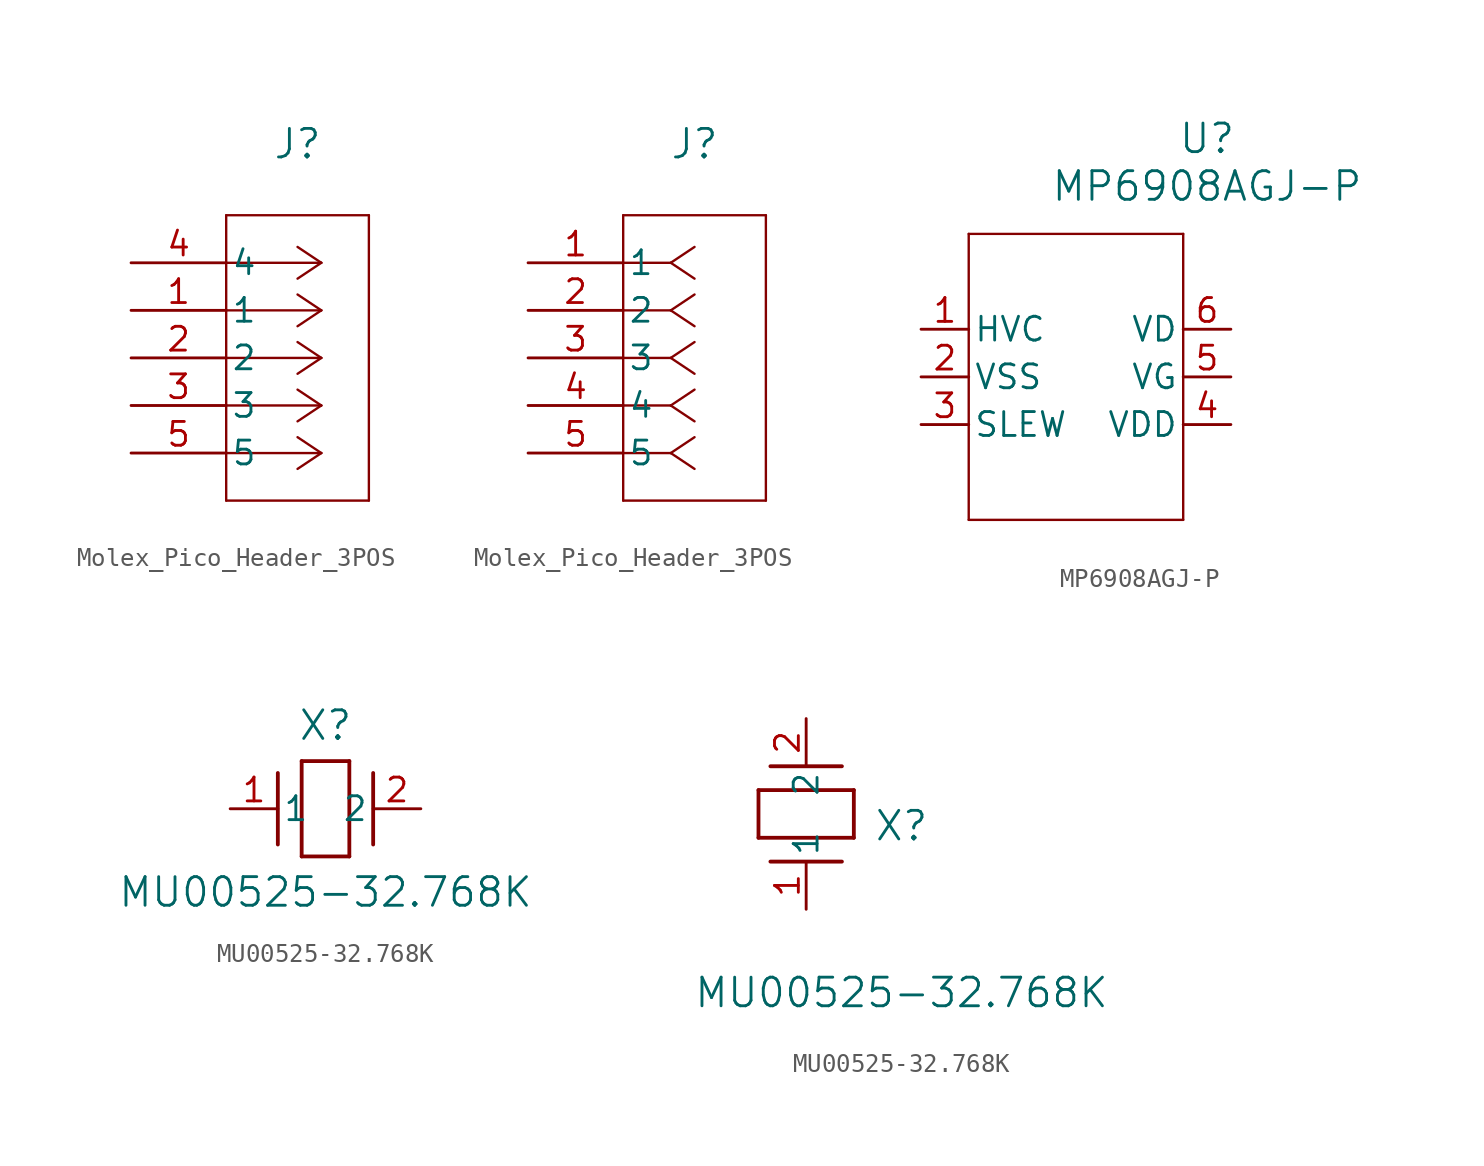
<source format=kicad_sym>
(kicad_symbol_lib
  (version 20220914)
  (generator kicad_symbol_editor)
  (symbol "Molex_Pico_Header_3POS"
    (pin_names
      (offset 0.254))
    (property "Reference" "J"
      (at 8.89 6.35 0)
      (effects (font (size 1.524 1.524))))
    (property "Value" ""
      (at -1.27 7.62 0)
      (effects (font (size 1.524 1.524))))
    (property "ki_locked" ""
      (at 0 0 0)
      (effects (font (size 1.27 1.27))))
    (symbol "Molex_Pico_Header_3POS_1_1"
      (polyline (pts (xy 5.08 -12.7) (xy 12.7 -12.7)) (stroke (width 0.127) (type default)) (fill (type none)))
      (polyline (pts (xy 5.08 2.54) (xy 5.08 -12.7)) (stroke (width 0.127) (type default)) (fill (type none)))
      (polyline (pts (xy 10.16 -10.16) (xy 5.08 -10.16)) (stroke (width 0.127) (type default)) (fill (type none)))
      (polyline (pts (xy 10.16 -10.16) (xy 8.89 -11.007)) (stroke (width 0.127) (type default)) (fill (type none)))
      (polyline (pts (xy 10.16 -10.16) (xy 8.89 -9.313)) (stroke (width 0.127) (type default)) (fill (type none)))
      (polyline (pts (xy 10.16 -7.62) (xy 5.08 -7.62)) (stroke (width 0.127) (type default)) (fill (type none)))
      (polyline (pts (xy 10.16 -7.62) (xy 8.89 -8.467)) (stroke (width 0.127) (type default)) (fill (type none)))
      (polyline (pts (xy 10.16 -7.62) (xy 8.89 -6.773)) (stroke (width 0.127) (type default)) (fill (type none)))
      (polyline (pts (xy 10.16 -5.08) (xy 5.08 -5.08)) (stroke (width 0.127) (type default)) (fill (type none)))
      (polyline (pts (xy 10.16 -5.08) (xy 8.89 -5.927)) (stroke (width 0.127) (type default)) (fill (type none)))
      (polyline (pts (xy 10.16 -5.08) (xy 8.89 -4.233)) (stroke (width 0.127) (type default)) (fill (type none)))
      (polyline (pts (xy 10.16 -2.54) (xy 5.08 -2.54)) (stroke (width 0.127) (type default)) (fill (type none)))
      (polyline (pts (xy 10.16 -2.54) (xy 8.89 -3.387)) (stroke (width 0.127) (type default)) (fill (type none)))
      (polyline (pts (xy 10.16 -2.54) (xy 8.89 -1.693)) (stroke (width 0.127) (type default)) (fill (type none)))
      (polyline (pts (xy 10.16 0) (xy 5.08 0)) (stroke (width 0.127) (type default)) (fill (type none)))
      (polyline (pts (xy 10.16 0) (xy 8.89 -0.847)) (stroke (width 0.127) (type default)) (fill (type none)))
      (polyline (pts (xy 10.16 0) (xy 8.89 0.847)) (stroke (width 0.127) (type default)) (fill (type none)))
      (polyline (pts (xy 12.7 -12.7) (xy 12.7 2.54)) (stroke (width 0.127) (type default)) (fill (type none)))
      (polyline (pts (xy 12.7 2.54) (xy 5.08 2.54)) (stroke (width 0.127) (type default)) (fill (type none)))
      (pin bidirectional line (at 0 -2.54 0) (length 5.08) (name "1" (effects (font (size 1.27 1.27)))) (number "1" (effects (font (size 1.27 1.27)))))
      (pin bidirectional line (at 0 -5.08 0) (length 5.08) (name "2" (effects (font (size 1.27 1.27)))) (number "2" (effects (font (size 1.27 1.27)))))
      (pin bidirectional line (at 0 -7.62 0) (length 5.08) (name "3" (effects (font (size 1.27 1.27)))) (number "3" (effects (font (size 1.27 1.27)))))
      (pin bidirectional line (at 0 0 0) (length 5.08) (name "4" (effects (font (size 1.27 1.27)))) (number "4" (effects (font (size 1.27 1.27)))))
      (pin bidirectional line (at 0 -10.16 0) (length 5.08) (name "5" (effects (font (size 1.27 1.27)))) (number "5" (effects (font (size 1.27 1.27))))))
    (symbol "Molex_Pico_Header_3POS_1_2"
      (polyline (pts (xy 5.08 -12.7) (xy 12.7 -12.7)) (stroke (width 0.127) (type default)) (fill (type none)))
      (polyline (pts (xy 5.08 2.54) (xy 5.08 -12.7)) (stroke (width 0.127) (type default)) (fill (type none)))
      (polyline (pts (xy 7.62 -10.16) (xy 5.08 -10.16)) (stroke (width 0.127) (type default)) (fill (type none)))
      (polyline (pts (xy 7.62 -10.16) (xy 8.89 -11.007)) (stroke (width 0.127) (type default)) (fill (type none)))
      (polyline (pts (xy 7.62 -10.16) (xy 8.89 -9.313)) (stroke (width 0.127) (type default)) (fill (type none)))
      (polyline (pts (xy 7.62 -7.62) (xy 5.08 -7.62)) (stroke (width 0.127) (type default)) (fill (type none)))
      (polyline (pts (xy 7.62 -7.62) (xy 8.89 -8.467)) (stroke (width 0.127) (type default)) (fill (type none)))
      (polyline (pts (xy 7.62 -7.62) (xy 8.89 -6.773)) (stroke (width 0.127) (type default)) (fill (type none)))
      (polyline (pts (xy 7.62 -5.08) (xy 5.08 -5.08)) (stroke (width 0.127) (type default)) (fill (type none)))
      (polyline (pts (xy 7.62 -5.08) (xy 8.89 -5.927)) (stroke (width 0.127) (type default)) (fill (type none)))
      (polyline (pts (xy 7.62 -5.08) (xy 8.89 -4.233)) (stroke (width 0.127) (type default)) (fill (type none)))
      (polyline (pts (xy 7.62 -2.54) (xy 5.08 -2.54)) (stroke (width 0.127) (type default)) (fill (type none)))
      (polyline (pts (xy 7.62 -2.54) (xy 8.89 -3.387)) (stroke (width 0.127) (type default)) (fill (type none)))
      (polyline (pts (xy 7.62 -2.54) (xy 8.89 -1.693)) (stroke (width 0.127) (type default)) (fill (type none)))
      (polyline (pts (xy 7.62 0) (xy 5.08 0)) (stroke (width 0.127) (type default)) (fill (type none)))
      (polyline (pts (xy 7.62 0) (xy 8.89 -0.847)) (stroke (width 0.127) (type default)) (fill (type none)))
      (polyline (pts (xy 7.62 0) (xy 8.89 0.847)) (stroke (width 0.127) (type default)) (fill (type none)))
      (polyline (pts (xy 12.7 -12.7) (xy 12.7 2.54)) (stroke (width 0.127) (type default)) (fill (type none)))
      (polyline (pts (xy 12.7 2.54) (xy 5.08 2.54)) (stroke (width 0.127) (type default)) (fill (type none)))
      (pin unspecified line (at 0 0 0) (length 5.08) (name "1" (effects (font (size 1.27 1.27)))) (number "1" (effects (font (size 1.27 1.27)))))
      (pin unspecified line (at 0 -2.54 0) (length 5.08) (name "2" (effects (font (size 1.27 1.27)))) (number "2" (effects (font (size 1.27 1.27)))))
      (pin unspecified line (at 0 -5.08 0) (length 5.08) (name "3" (effects (font (size 1.27 1.27)))) (number "3" (effects (font (size 1.27 1.27)))))
      (pin unspecified line (at 0 -7.62 0) (length 5.08) (name "4" (effects (font (size 1.27 1.27)))) (number "4" (effects (font (size 1.27 1.27)))))
      (pin unspecified line (at 0 -10.16 0) (length 5.08) (name "5" (effects (font (size 1.27 1.27)))) (number "5" (effects (font (size 1.27 1.27)))))))
  (symbol "MP6908AGJ-P"
    (pin_names
      (offset 0.254))
    (property "Reference" "U"
      (at 20.32 10.16 0)
      (effects (font (size 1.524 1.524))))
    (property "Value" "MP6908AGJ-P"
      (at 20.32 7.62 0)
      (effects (font (size 1.524 1.524))))
    (symbol "MP6908AGJ-P_0_1"
      (polyline (pts (xy 7.62 -10.16) (xy 19.05 -10.16)) (stroke (width 0.127) (type default)) (fill (type none)))
      (polyline (pts (xy 7.62 5.08) (xy 7.62 -10.16)) (stroke (width 0.127) (type default)) (fill (type none)))
      (polyline (pts (xy 19.05 -10.16) (xy 19.05 5.08)) (stroke (width 0.127) (type default)) (fill (type none)))
      (polyline (pts (xy 19.05 5.08) (xy 7.62 5.08)) (stroke (width 0.127) (type default)) (fill (type none))))
    (symbol "MP6908AGJ-P_1_1"
      (pin input line (at 5.08 0 0) (length 2.54) (name "HVC" (effects (font (size 1.27 1.27)))) (number "1" (effects (font (size 1.27 1.27)))))
      (pin power_out line (at 5.08 -2.54 0) (length 2.54) (name "VSS" (effects (font (size 1.27 1.27)))) (number "2" (effects (font (size 1.27 1.27)))))
      (pin unspecified line (at 5.08 -5.08 0) (length 2.54) (name "SLEW" (effects (font (size 1.27 1.27)))) (number "3" (effects (font (size 1.27 1.27)))))
      (pin output line (at 21.59 -5.08 180) (length 2.54) (name "VDD" (effects (font (size 1.27 1.27)))) (number "4" (effects (font (size 1.27 1.27)))))
      (pin output line (at 21.59 -2.54 180) (length 2.54) (name "VG" (effects (font (size 1.27 1.27)))) (number "5" (effects (font (size 1.27 1.27)))))
      (pin unspecified line (at 21.59 0 180) (length 2.54) (name "VD" (effects (font (size 1.27 1.27)))) (number "6" (effects (font (size 1.27 1.27)))))))
  (symbol "MU00525-32.768K"
    (pin_names
      (offset 0.254))
    (property "Reference" "X"
      (at 5.08 4.445 0)
      (effects (font (size 1.524 1.524))))
    (property "Value" "MU00525-32.768K"
      (at 5.08 -4.445 0)
      (effects (font (size 1.524 1.524))))
    (symbol "MU00525-32.768K_1_1"
      (polyline (pts (xy 2.54 -1.905) (xy 2.54 1.905)) (stroke (width 0.203) (type default)) (fill (type none)))
      (polyline (pts (xy 3.81 -2.54) (xy 3.81 2.54)) (stroke (width 0.203) (type default)) (fill (type none)))
      (polyline (pts (xy 3.81 2.54) (xy 6.35 2.54)) (stroke (width 0.203) (type default)) (fill (type none)))
      (polyline (pts (xy 6.35 -2.54) (xy 3.81 -2.54)) (stroke (width 0.203) (type default)) (fill (type none)))
      (polyline (pts (xy 6.35 2.54) (xy 6.35 -2.54)) (stroke (width 0.203) (type default)) (fill (type none)))
      (polyline (pts (xy 7.62 -1.905) (xy 7.62 1.905)) (stroke (width 0.203) (type default)) (fill (type none)))
      (pin unspecified line (at 0 0 0) (length 2.54) (name "1" (effects (font (size 1.27 1.27)))) (number "1" (effects (font (size 1.27 1.27)))))
      (pin unspecified line (at 10.16 0 180) (length 2.54) (name "2" (effects (font (size 1.27 1.27)))) (number "2" (effects (font (size 1.27 1.27))))))
    (symbol "MU00525-32.768K_1_2"
      (polyline (pts (xy -2.54 3.81) (xy -2.54 6.35)) (stroke (width 0.203) (type default)) (fill (type none)))
      (polyline (pts (xy -2.54 6.35) (xy 2.54 6.35)) (stroke (width 0.203) (type default)) (fill (type none)))
      (polyline (pts (xy 1.905 2.54) (xy -1.905 2.54)) (stroke (width 0.203) (type default)) (fill (type none)))
      (polyline (pts (xy 1.905 7.62) (xy -1.905 7.62)) (stroke (width 0.203) (type default)) (fill (type none)))
      (polyline (pts (xy 2.54 3.81) (xy -2.54 3.81)) (stroke (width 0.203) (type default)) (fill (type none)))
      (polyline (pts (xy 2.54 6.35) (xy 2.54 3.81)) (stroke (width 0.203) (type default)) (fill (type none)))
      (pin unspecified line (at 0 0 90) (length 2.54) (name "1" (effects (font (size 1.27 1.27)))) (number "1" (effects (font (size 1.27 1.27)))))
      (pin unspecified line (at 0 10.16 270) (length 2.54) (name "2" (effects (font (size 1.27 1.27)))) (number "2" (effects (font (size 1.27 1.27))))))))
</source>
